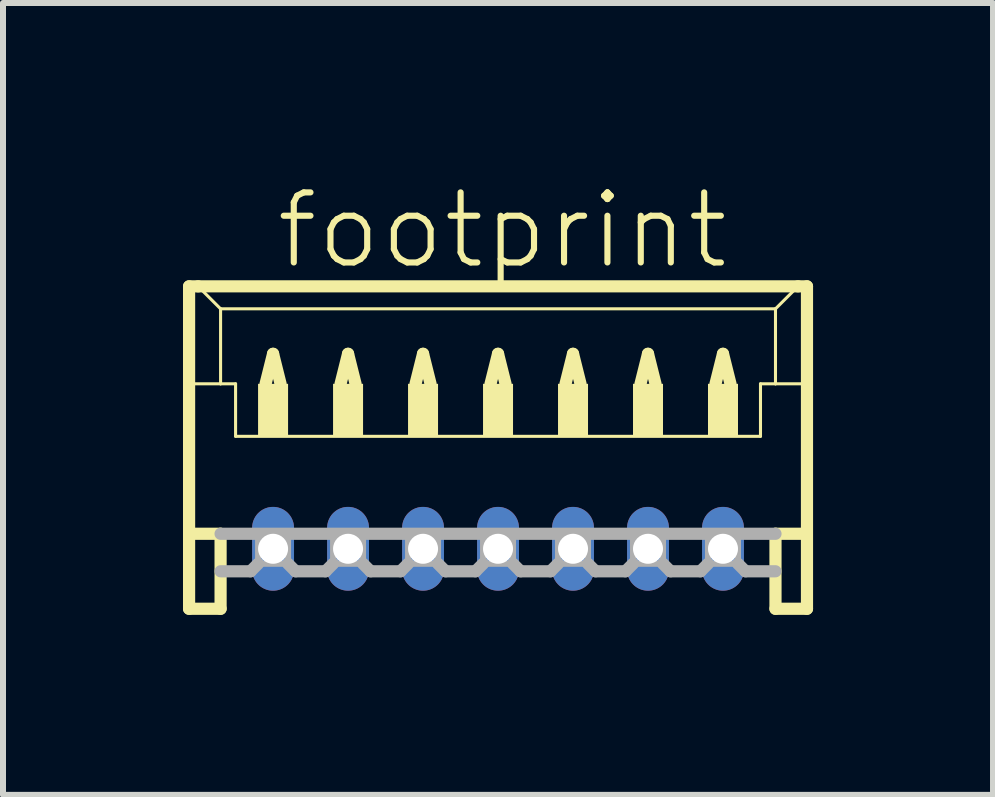
<source format=kicad_pcb>
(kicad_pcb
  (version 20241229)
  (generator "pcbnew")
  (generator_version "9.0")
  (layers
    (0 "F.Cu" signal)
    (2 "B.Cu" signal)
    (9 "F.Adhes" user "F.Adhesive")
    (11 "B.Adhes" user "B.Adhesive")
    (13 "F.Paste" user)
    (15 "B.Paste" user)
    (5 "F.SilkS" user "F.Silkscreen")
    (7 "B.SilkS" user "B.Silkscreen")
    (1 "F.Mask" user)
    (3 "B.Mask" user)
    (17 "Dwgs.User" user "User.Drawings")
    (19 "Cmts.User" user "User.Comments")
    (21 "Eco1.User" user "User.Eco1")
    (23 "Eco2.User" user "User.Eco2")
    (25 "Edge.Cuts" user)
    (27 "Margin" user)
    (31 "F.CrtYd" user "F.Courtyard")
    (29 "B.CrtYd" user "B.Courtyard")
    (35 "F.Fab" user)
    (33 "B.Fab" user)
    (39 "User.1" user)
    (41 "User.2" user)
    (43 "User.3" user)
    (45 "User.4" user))
  (footprint "footprint"
    (layer "F.Cu")
    (at 5.252 4.848)
    (property "Reference" "footprint" (at -3.75 -3.375 0) (layer "F.SilkS") (effects (font (size 1.168 1.168) (thickness 0.102)) (justify left bottom)))
    (fp_line (start -5.15 -3.125) (end -5.15 2.25) (stroke (width 0.203) (type solid)) (layer "F.SilkS"))
    (fp_line (start -5.15 2.25) (end -4.625 2.25) (stroke (width 0.203) (type solid)) (layer "F.SilkS"))
    (fp_line (start -5.125 -1.5) (end -4.625 -1.5) (stroke (width 0.051) (type solid)) (layer "F.SilkS"))
    (fp_line (start -5.125 1) (end -4.625 1) (stroke (width 0.203) (type solid)) (layer "F.SilkS"))
    (fp_line (start -5 -3.125) (end -5.15 -3.125) (stroke (width 0.203) (type solid)) (layer "F.SilkS"))
    (fp_line (start -4.625 -2.75) (end -5 -3.125) (stroke (width 0.051) (type solid)) (layer "F.SilkS"))
    (fp_line (start -4.625 -2.75) (end 4.625 -2.75) (stroke (width 0.051) (type solid)) (layer "F.SilkS"))
    (fp_line (start -4.625 -1.5) (end -4.625 -2.75) (stroke (width 0.051) (type solid)) (layer "F.SilkS"))
    (fp_line (start -4.625 -1.5) (end -4.375 -1.5) (stroke (width 0.051) (type solid)) (layer "F.SilkS"))
    (fp_line (start -4.625 1) (end -4.625 2.25) (stroke (width 0.203) (type solid)) (layer "F.SilkS"))
    (fp_line (start -4.375 -1.5) (end -4.375 -0.625) (stroke (width 0.051) (type solid)) (layer "F.SilkS"))
    (fp_line (start -4.375 -0.625) (end 4.375 -0.625) (stroke (width 0.051) (type solid)) (layer "F.SilkS"))
    (fp_line (start -3.875 -1.5) (end -3.75 -2) (stroke (width 0.203) (type solid)) (layer "F.SilkS"))
    (fp_line (start -3.75 -2) (end -3.625 -1.5) (stroke (width 0.203) (type solid)) (layer "F.SilkS"))
    (fp_line (start -2.625 -1.5) (end -2.5 -2) (stroke (width 0.203) (type solid)) (layer "F.SilkS"))
    (fp_line (start -2.5 -2) (end -2.375 -1.5) (stroke (width 0.203) (type solid)) (layer "F.SilkS"))
    (fp_line (start -1.375 -1.5) (end -1.25 -2) (stroke (width 0.203) (type solid)) (layer "F.SilkS"))
    (fp_line (start -1.25 -2) (end -1.125 -1.5) (stroke (width 0.203) (type solid)) (layer "F.SilkS"))
    (fp_line (start -0.125 -1.5) (end 0 -2) (stroke (width 0.203) (type solid)) (layer "F.SilkS"))
    (fp_line (start 0 -2) (end 0.125 -1.5) (stroke (width 0.203) (type solid)) (layer "F.SilkS"))
    (fp_line (start 1.125 -1.5) (end 1.25 -2) (stroke (width 0.203) (type solid)) (layer "F.SilkS"))
    (fp_line (start 1.25 -2) (end 1.375 -1.5) (stroke (width 0.203) (type solid)) (layer "F.SilkS"))
    (fp_line (start 2.375 -1.5) (end 2.5 -2) (stroke (width 0.203) (type solid)) (layer "F.SilkS"))
    (fp_line (start 2.5 -2) (end 2.625 -1.5) (stroke (width 0.203) (type solid)) (layer "F.SilkS"))
    (fp_line (start 3.625 -1.5) (end 3.75 -2) (stroke (width 0.203) (type solid)) (layer "F.SilkS"))
    (fp_line (start 3.75 -2) (end 3.875 -1.5) (stroke (width 0.203) (type solid)) (layer "F.SilkS"))
    (fp_line (start 4.375 -1.5) (end 4.375 -0.625) (stroke (width 0.051) (type solid)) (layer "F.SilkS"))
    (fp_line (start 4.375 -1.5) (end 4.625 -1.5) (stroke (width 0.051) (type solid)) (layer "F.SilkS"))
    (fp_line (start 4.625 -2.75) (end 4.625 -1.5) (stroke (width 0.051) (type solid)) (layer "F.SilkS"))
    (fp_line (start 4.625 -2.75) (end 5 -3.125) (stroke (width 0.051) (type solid)) (layer "F.SilkS"))
    (fp_line (start 4.625 -1.5) (end 5.125 -1.5) (stroke (width 0.051) (type solid)) (layer "F.SilkS"))
    (fp_line (start 4.625 1) (end 4.625 2.25) (stroke (width 0.203) (type solid)) (layer "F.SilkS"))
    (fp_line (start 4.625 1) (end 5.125 1) (stroke (width 0.203) (type solid)) (layer "F.SilkS"))
    (fp_line (start 4.625 2.25) (end 5.15 2.25) (stroke (width 0.203) (type solid)) (layer "F.SilkS"))
    (fp_line (start 5 -3.125) (end -5 -3.125) (stroke (width 0.203) (type solid)) (layer "F.SilkS"))
    (fp_line (start 5.15 -3.125) (end 5 -3.125) (stroke (width 0.203) (type solid)) (layer "F.SilkS"))
    (fp_line (start 5.15 2.25) (end 5.15 -3.125) (stroke (width 0.203) (type solid)) (layer "F.SilkS"))
    (fp_poly (pts (xy -4 -0.625) (xy -3.5 -0.625) (xy -3.5 -1.5) (xy -4 -1.5)) (stroke (width 0) (type solid)) (fill yes) (layer "F.SilkS"))
    (fp_poly (pts (xy -2.75 -0.625) (xy -2.25 -0.625) (xy -2.25 -1.5) (xy -2.75 -1.5)) (stroke (width 0) (type solid)) (fill yes) (layer "F.SilkS"))
    (fp_poly (pts (xy -1.5 -0.625) (xy -1 -0.625) (xy -1 -1.5) (xy -1.5 -1.5)) (stroke (width 0) (type solid)) (fill yes) (layer "F.SilkS"))
    (fp_poly (pts (xy -0.25 -0.625) (xy 0.25 -0.625) (xy 0.25 -1.5) (xy -0.25 -1.5)) (stroke (width 0) (type solid)) (fill yes) (layer "F.SilkS"))
    (fp_poly (pts (xy 1 -0.625) (xy 1.5 -0.625) (xy 1.5 -1.5) (xy 1 -1.5)) (stroke (width 0) (type solid)) (fill yes) (layer "F.SilkS"))
    (fp_poly (pts (xy 2.25 -0.625) (xy 2.75 -0.625) (xy 2.75 -1.5) (xy 2.25 -1.5)) (stroke (width 0) (type solid)) (fill yes) (layer "F.SilkS"))
    (fp_poly (pts (xy 3.5 -0.625) (xy 4 -0.625) (xy 4 -1.5) (xy 3.5 -1.5)) (stroke (width 0) (type solid)) (fill yes) (layer "F.SilkS"))
    (fp_line (start -4.625 1) (end 4.625 1) (stroke (width 0.203) (type solid)) (layer "F.Fab"))
    (fp_line (start -4.125 1.625) (end -4.625 1.625) (stroke (width 0.203) (type solid)) (layer "F.Fab"))
    (fp_line (start -4 1.5) (end -4.125 1.625) (stroke (width 0.203) (type solid)) (layer "F.Fab"))
    (fp_line (start -3.5 1.5) (end -3.375 1.625) (stroke (width 0.203) (type solid)) (layer "F.Fab"))
    (fp_line (start -2.875 1.625) (end -3.375 1.625) (stroke (width 0.203) (type solid)) (layer "F.Fab"))
    (fp_line (start -2.75 1.5) (end -2.875 1.625) (stroke (width 0.203) (type solid)) (layer "F.Fab"))
    (fp_line (start -2.25 1.5) (end -2.125 1.625) (stroke (width 0.203) (type solid)) (layer "F.Fab"))
    (fp_line (start -1.625 1.625) (end -2.125 1.625) (stroke (width 0.203) (type solid)) (layer "F.Fab"))
    (fp_line (start -1.5 1.5) (end -1.625 1.625) (stroke (width 0.203) (type solid)) (layer "F.Fab"))
    (fp_line (start -1 1.5) (end -0.875 1.625) (stroke (width 0.203) (type solid)) (layer "F.Fab"))
    (fp_line (start -0.375 1.625) (end -0.875 1.625) (stroke (width 0.203) (type solid)) (layer "F.Fab"))
    (fp_line (start -0.25 1.5) (end -0.375 1.625) (stroke (width 0.203) (type solid)) (layer "F.Fab"))
    (fp_line (start 0.25 1.5) (end 0.375 1.625) (stroke (width 0.203) (type solid)) (layer "F.Fab"))
    (fp_line (start 0.875 1.625) (end 0.375 1.625) (stroke (width 0.203) (type solid)) (layer "F.Fab"))
    (fp_line (start 1 1.5) (end 0.875 1.625) (stroke (width 0.203) (type solid)) (layer "F.Fab"))
    (fp_line (start 1.5 1.5) (end 1.625 1.625) (stroke (width 0.203) (type solid)) (layer "F.Fab"))
    (fp_line (start 2.125 1.625) (end 1.625 1.625) (stroke (width 0.203) (type solid)) (layer "F.Fab"))
    (fp_line (start 2.25 1.5) (end 2.125 1.625) (stroke (width 0.203) (type solid)) (layer "F.Fab"))
    (fp_line (start 2.75 1.5) (end 2.875 1.625) (stroke (width 0.203) (type solid)) (layer "F.Fab"))
    (fp_line (start 3.375 1.625) (end 2.875 1.625) (stroke (width 0.203) (type solid)) (layer "F.Fab"))
    (fp_line (start 3.5 1.5) (end 3.375 1.625) (stroke (width 0.203) (type solid)) (layer "F.Fab"))
    (fp_line (start 4 1.5) (end 4.125 1.625) (stroke (width 0.203) (type solid)) (layer "F.Fab"))
    (fp_line (start 4.625 1.625) (end 4.125 1.625) (stroke (width 0.203) (type solid)) (layer "F.Fab"))
    (fp_poly (pts (xy -4 1.5) (xy -3.5 1.5) (xy -3.5 1) (xy -4 1)) (stroke (width 0.1) (type solid)) (fill no) (layer "F.Fab"))
    (fp_poly (pts (xy -2.75 1.5) (xy -2.25 1.5) (xy -2.25 1) (xy -2.75 1)) (stroke (width 0.1) (type solid)) (fill no) (layer "F.Fab"))
    (fp_poly (pts (xy -1.5 1.5) (xy -1 1.5) (xy -1 1) (xy -1.5 1)) (stroke (width 0.1) (type solid)) (fill no) (layer "F.Fab"))
    (fp_poly (pts (xy -0.25 1.5) (xy 0.25 1.5) (xy 0.25 1) (xy -0.25 1)) (stroke (width 0.1) (type solid)) (fill no) (layer "F.Fab"))
    (fp_poly (pts (xy 1 1.5) (xy 1.5 1.5) (xy 1.5 1) (xy 1 1)) (stroke (width 0.1) (type solid)) (fill no) (layer "F.Fab"))
    (fp_poly (pts (xy 2.25 1.5) (xy 2.75 1.5) (xy 2.75 1) (xy 2.25 1)) (stroke (width 0.1) (type solid)) (fill no) (layer "F.Fab"))
    (fp_poly (pts (xy 3.5 1.5) (xy 4 1.5) (xy 4 1) (xy 3.5 1)) (stroke (width 0.1) (type solid)) (fill no) (layer "F.Fab"))
    (pad "1" thru_hole oval (at 3.75 1.25 90) (size 1.397 0.698) (drill 0.5) (layers "*.Cu" "*.Mask"))
    (pad "2" thru_hole oval (at 2.5 1.25 90) (size 1.397 0.698) (drill 0.5) (layers "*.Cu" "*.Mask"))
    (pad "3" thru_hole oval (at 1.25 1.25 90) (size 1.397 0.698) (drill 0.5) (layers "*.Cu" "*.Mask"))
    (pad "4" thru_hole oval (at 0 1.25 90) (size 1.397 0.698) (drill 0.5) (layers "*.Cu" "*.Mask"))
    (pad "5" thru_hole oval (at -1.25 1.25 90) (size 1.397 0.698) (drill 0.5) (layers "*.Cu" "*.Mask"))
    (pad "6" thru_hole oval (at -2.5 1.25 90) (size 1.397 0.698) (drill 0.5) (layers "*.Cu" "*.Mask"))
    (pad "7" thru_hole oval (at -3.75 1.25 90) (size 1.397 0.698) (drill 0.5) (layers "*.Cu" "*.Mask")))
  (gr_rect
    (start -3 -3)
    (end 13.503 10.2)
    (stroke (width 0.1) (type default))
    (fill no)
    (layer "Edge.Cuts")))
</source>
